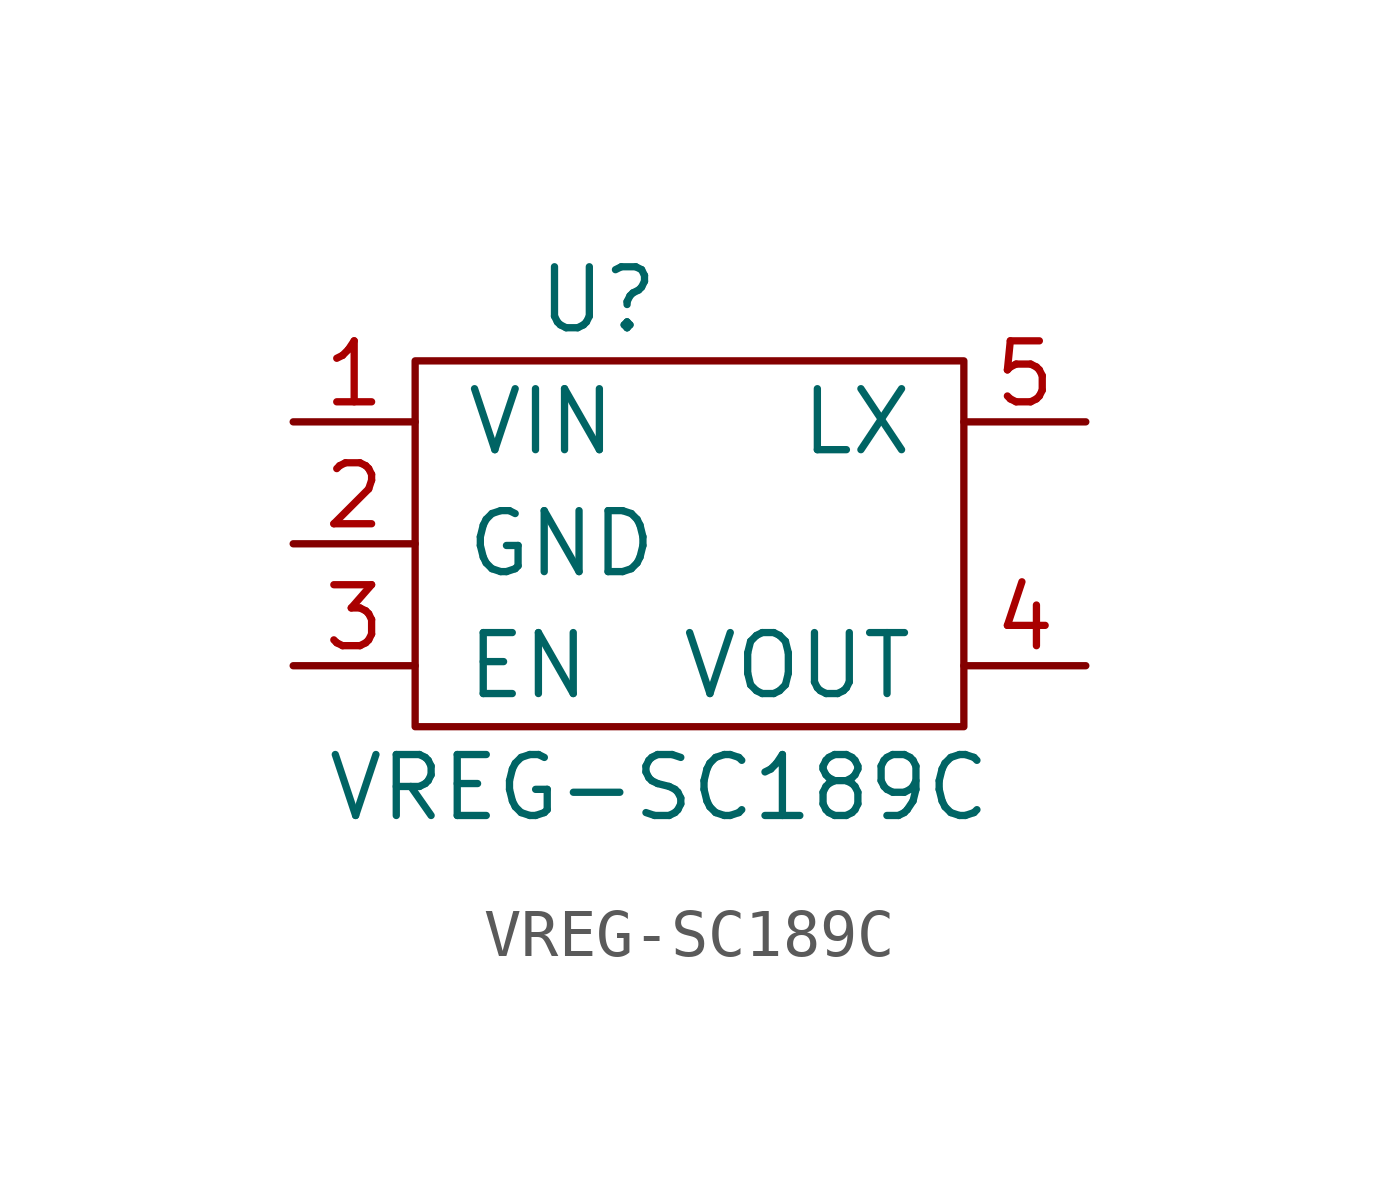
<source format=kicad_sym>
(kicad_symbol_lib
  (version 20241209)
  (generator "kicad_symbol_editor")
  (generator_version "9.0")
  (symbol "VREG-SC189C"
    (pin_names
      (offset 1.016))
    (property "Reference" "U"
      (at -1.27 5.08 0)
      (effects (font (size 1.27 1.27))))
    (property "Value" "VREG-SC189C"
      (at 0 -5.08 0)
      (effects (font (size 1.27 1.27))))
    (symbol "VREG-SC189C_0_1"
      (rectangle (start -5.08 3.81) (end 6.35 -3.81) (stroke (width 0) (type solid)) (fill (type none))))
    (symbol "VREG-SC189C_1_1"
      (pin input line (at -7.62 2.54 0) (length 2.54) (name "VIN" (effects (font (size 1.27 1.27)))) (number "1" (effects (font (size 1.27 1.27)))))
      (pin input line (at -7.62 0 0) (length 2.54) (name "GND" (effects (font (size 1.27 1.27)))) (number "2" (effects (font (size 1.27 1.27)))))
      (pin input line (at -7.62 -2.54 0) (length 2.54) (name "EN" (effects (font (size 1.27 1.27)))) (number "3" (effects (font (size 1.27 1.27)))))
      (pin input line (at 8.89 2.54 180) (length 2.54) (name "LX" (effects (font (size 1.27 1.27)))) (number "5" (effects (font (size 1.27 1.27)))))
      (pin input line (at 8.89 -2.54 180) (length 2.54) (name "VOUT" (effects (font (size 1.27 1.27)))) (number "4" (effects (font (size 1.27 1.27))))))))
</source>
